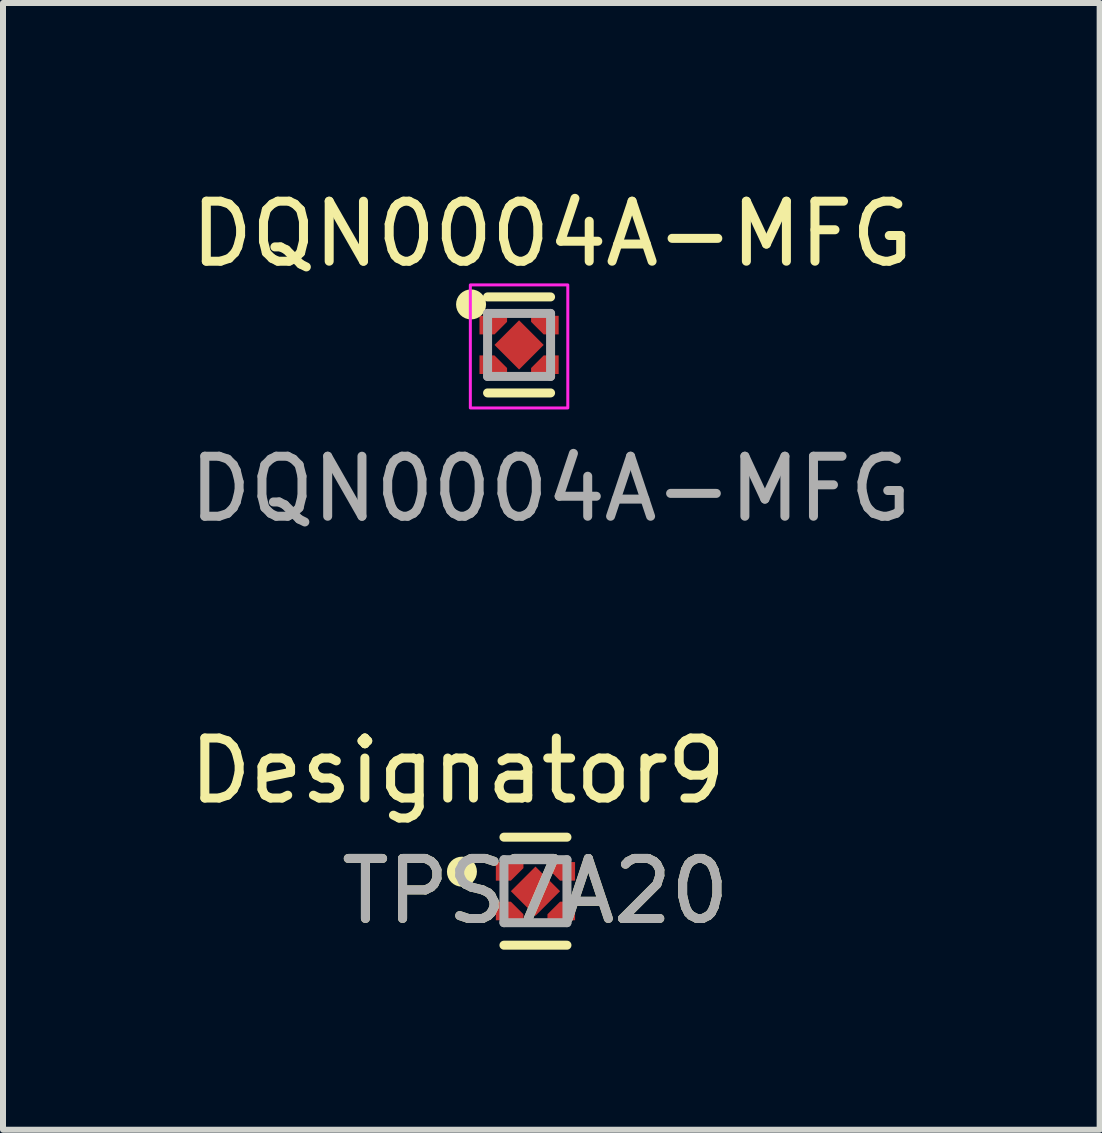
<source format=kicad_pcb>
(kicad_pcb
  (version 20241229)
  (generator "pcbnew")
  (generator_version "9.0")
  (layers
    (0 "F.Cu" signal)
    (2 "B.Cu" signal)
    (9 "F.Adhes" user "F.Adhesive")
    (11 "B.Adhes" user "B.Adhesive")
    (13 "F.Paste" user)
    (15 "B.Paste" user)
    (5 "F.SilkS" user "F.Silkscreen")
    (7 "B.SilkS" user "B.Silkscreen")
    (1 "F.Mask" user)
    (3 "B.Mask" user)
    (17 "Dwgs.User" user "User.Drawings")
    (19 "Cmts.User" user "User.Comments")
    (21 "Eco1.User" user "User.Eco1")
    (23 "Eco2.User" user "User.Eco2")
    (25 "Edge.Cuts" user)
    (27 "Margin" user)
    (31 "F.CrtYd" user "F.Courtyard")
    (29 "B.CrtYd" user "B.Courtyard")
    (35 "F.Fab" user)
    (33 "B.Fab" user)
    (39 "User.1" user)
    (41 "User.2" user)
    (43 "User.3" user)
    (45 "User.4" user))
  (footprint "TPS7A20"
    (layer "F.Cu")
    (at 5.873 11.801)
    (property "Reference" "TPS7A20" (at 0 0 0) (unlocked yes) (layer "F.SilkS") (effects (font (size 1 1) (thickness 0.15))))
    (attr smd)
    (fp_poly (pts (xy -0.66 -0.485) (xy -0.2 -0.485) (xy -0.2 -0.385) (xy -0.41 -0.175) (xy -0.66 -0.175)) (stroke (width 0) (type solid)) (fill yes) (layer "F.Cu"))
    (fp_poly (pts (xy -0.66 0.485) (xy -0.2 0.485) (xy -0.2 0.385) (xy -0.41 0.175) (xy -0.66 0.175)) (stroke (width 0) (type solid)) (fill yes) (layer "F.Cu"))
    (fp_poly (pts (xy 0.66 -0.485) (xy 0.2 -0.485) (xy 0.2 -0.385) (xy 0.41 -0.175) (xy 0.66 -0.175)) (stroke (width 0) (type solid)) (fill yes) (layer "F.Cu"))
    (fp_poly (pts (xy 0.66 0.485) (xy 0.2 0.485) (xy 0.2 0.385) (xy 0.41 0.175) (xy 0.66 0.175)) (stroke (width 0) (type solid)) (fill yes) (layer "F.Cu"))
    (fp_poly (pts (xy -0.61 -0.435) (xy -0.25 -0.435) (xy -0.25 -0.405) (xy -0.43 -0.225) (xy -0.61 -0.225)) (stroke (width 0) (type solid)) (fill yes) (layer "F.Mask"))
    (fp_poly (pts (xy -0.61 0.435) (xy -0.25 0.435) (xy -0.25 0.405) (xy -0.43 0.225) (xy -0.61 0.225)) (stroke (width 0) (type solid)) (fill yes) (layer "F.Mask"))
    (fp_poly (pts (xy 0.61 -0.435) (xy 0.25 -0.435) (xy 0.25 -0.405) (xy 0.43 -0.225) (xy 0.61 -0.225)) (stroke (width 0) (type solid)) (fill yes) (layer "F.Mask"))
    (fp_poly (pts (xy 0.61 0.435) (xy 0.25 0.435) (xy 0.25 0.405) (xy 0.43 0.225) (xy 0.61 0.225)) (stroke (width 0) (type solid)) (fill yes) (layer "F.Mask"))
    (fp_poly (pts (xy -0.304 -0.035) (xy -0.035 -0.304) (xy 0.035 -0.304) (xy 0.304 -0.035) (xy 0.304 0.035) (xy 0.035 0.304) (xy -0.035 0.304) (xy -0.304 0.035)) (stroke (width 0) (type solid)) (fill yes) (layer "F.Mask"))
    (fp_line (start -0.525 -0.9) (end 0.525 -0.9) (stroke (width 0.15) (type solid)) (layer "F.SilkS"))
    (fp_line (start -0.525 0.9) (end 0.525 0.9) (stroke (width 0.15) (type solid)) (layer "F.SilkS"))
    (fp_circle (center -1.225 -0.325) (end -1.1 -0.325) (stroke (width 0.25) (type solid)) (fill no) (layer "F.SilkS"))
    (fp_poly (pts (xy -0.65 -0.435) (xy -0.25 -0.435) (xy -0.25 -0.405) (xy -0.43 -0.225) (xy -0.65 -0.225)) (stroke (width 0) (type solid)) (fill yes) (layer "F.Paste"))
    (fp_poly (pts (xy -0.65 0.435) (xy -0.25 0.435) (xy -0.25 0.405) (xy -0.43 0.225) (xy -0.65 0.225)) (stroke (width 0) (type solid)) (fill yes) (layer "F.Paste"))
    (fp_poly (pts (xy 0.65 -0.435) (xy 0.25 -0.435) (xy 0.25 -0.405) (xy 0.43 -0.225) (xy 0.65 -0.225)) (stroke (width 0) (type solid)) (fill yes) (layer "F.Paste"))
    (fp_poly (pts (xy 0.65 0.435) (xy 0.25 0.435) (xy 0.25 0.405) (xy 0.43 0.225) (xy 0.65 0.225)) (stroke (width 0) (type solid)) (fill yes) (layer "F.Paste"))
    (fp_poly (pts (xy 0.283 0.035) (xy 0.035 0.283) (xy -0.035 0.283) (xy -0.283 0.035) (xy -0.283 -0.035) (xy -0.035 -0.283) (xy 0.035 -0.283) (xy 0.283 -0.035)) (stroke (width 0) (type solid)) (fill yes) (layer "F.Paste"))
    (fp_line (start -0.525 -0.525) (end 0.525 -0.525) (stroke (width 0.15) (type solid)) (layer "F.Fab"))
    (fp_line (start -0.525 0.525) (end -0.525 -0.525) (stroke (width 0.15) (type solid)) (layer "F.Fab"))
    (fp_line (start -0.525 0.525) (end 0.525 0.525) (stroke (width 0.15) (type solid)) (layer "F.Fab"))
    (fp_line (start 0.525 0.525) (end 0.525 -0.525) (stroke (width 0.15) (type solid)) (layer "F.Fab"))
    (fp_text user "Designator9" (at -1.295 -2.007 0) (unlocked yes) (layer "F.SilkS") (effects (font (size 1 1) (thickness 0.15))))
    (fp_text user "${REFERENCE}" (at 0 0 0) (unlocked yes) (layer "F.Fab") (effects (font (size 1 1) (thickness 0.15))))
    (pad "1" smd circle (at -0.505 -0.33) (size 0.279 0.279) (layers "F.Cu"))
    (pad "2" smd circle (at -0.505 0.33) (size 0.279 0.279) (layers "F.Cu"))
    (pad "3" smd circle (at 0.459 0.346) (size 0.251 0.251) (layers "F.Cu"))
    (pad "4" smd circle (at 0.459 -0.346) (size 0.251 0.251) (layers "F.Cu"))
    (pad "5" smd rect (at 0 0 315) (size 0.58 0.58) (layers "F.Cu")))
  (footprint "DQN0004A-MFG"
    (layer "F.Cu")
    (at 5.6 2.698)
    (property "Reference" "DQN0004A-MFG" (at 0.55 -1.85 0) (unlocked yes) (layer "F.SilkS") (effects (font (size 1 1) (thickness 0.15))))
    (attr smd)
    (fp_poly (pts (xy -0.61 -0.435) (xy -0.25 -0.435) (xy -0.25 -0.405) (xy -0.43 -0.225) (xy -0.61 -0.225)) (stroke (width 0) (type solid)) (fill yes) (layer "F.Mask"))
    (fp_poly (pts (xy -0.61 0.435) (xy -0.25 0.435) (xy -0.25 0.405) (xy -0.43 0.225) (xy -0.61 0.225)) (stroke (width 0) (type solid)) (fill yes) (layer "F.Mask"))
    (fp_poly (pts (xy 0.61 -0.435) (xy 0.25 -0.435) (xy 0.25 -0.405) (xy 0.43 -0.225) (xy 0.61 -0.225)) (stroke (width 0) (type solid)) (fill yes) (layer "F.Mask"))
    (fp_poly (pts (xy 0.61 0.435) (xy 0.25 0.435) (xy 0.25 0.405) (xy 0.43 0.225) (xy 0.61 0.225)) (stroke (width 0) (type solid)) (fill yes) (layer "F.Mask"))
    (fp_poly (pts (xy -0.304 -0.035) (xy -0.035 -0.304) (xy 0.035 -0.304) (xy 0.304 -0.035) (xy 0.304 0.035) (xy 0.035 0.304) (xy -0.035 0.304) (xy -0.304 0.035)) (stroke (width 0) (type solid)) (fill yes) (layer "F.Mask"))
    (fp_line (start -0.525 -0.8) (end 0.525 -0.8) (stroke (width 0.15) (type solid)) (layer "F.SilkS"))
    (fp_line (start -0.525 0.8) (end 0.525 0.8) (stroke (width 0.15) (type solid)) (layer "F.SilkS"))
    (fp_circle (center -0.8 -0.675) (end -0.8 -0.675) (stroke (width 0.25) (type solid)) (fill no) (layer "F.SilkS"))
    (fp_poly (pts (xy -0.65 -0.435) (xy -0.25 -0.435) (xy -0.25 -0.405) (xy -0.43 -0.225) (xy -0.65 -0.225)) (stroke (width 0) (type solid)) (fill yes) (layer "F.Paste"))
    (fp_poly (pts (xy -0.65 0.435) (xy -0.25 0.435) (xy -0.25 0.405) (xy -0.43 0.225) (xy -0.65 0.225)) (stroke (width 0) (type solid)) (fill yes) (layer "F.Paste"))
    (fp_poly (pts (xy 0.65 -0.435) (xy 0.25 -0.435) (xy 0.25 -0.405) (xy 0.43 -0.225) (xy 0.65 -0.225)) (stroke (width 0) (type solid)) (fill yes) (layer "F.Paste"))
    (fp_poly (pts (xy 0.65 0.435) (xy 0.25 0.435) (xy 0.25 0.405) (xy 0.43 0.225) (xy 0.65 0.225)) (stroke (width 0) (type solid)) (fill yes) (layer "F.Paste"))
    (fp_poly (pts (xy 0.283 0.035) (xy 0.035 0.283) (xy -0.035 0.283) (xy -0.283 0.035) (xy -0.283 -0.035) (xy -0.035 -0.283) (xy 0.035 -0.283) (xy 0.283 -0.035)) (stroke (width 0) (type solid)) (fill yes) (layer "F.Paste"))
    (fp_rect (start -0.812 -1) (end 0.812 1.05) (stroke (width 0.05) (type default)) (fill no) (layer "F.CrtYd"))
    (fp_line (start -0.525 -0.525) (end 0.525 -0.525) (stroke (width 0.15) (type solid)) (layer "F.Fab"))
    (fp_line (start -0.525 0.525) (end -0.525 -0.525) (stroke (width 0.15) (type solid)) (layer "F.Fab"))
    (fp_line (start -0.525 0.525) (end 0.525 0.525) (stroke (width 0.15) (type solid)) (layer "F.Fab"))
    (fp_line (start 0.525 0.525) (end 0.525 -0.525) (stroke (width 0.15) (type solid)) (layer "F.Fab"))
    (fp_text user "${REFERENCE}" (at 0.525 2.4 0) (unlocked yes) (layer "F.Fab") (effects (font (size 1 1) (thickness 0.15))))
    (pad "1" smd custom (at -0.505 -0.33) (size 0.279 0.279) (layers "F.Cu") (options (anchor circle)) (primitives (gr_poly (pts (xy -0.155 -0.155) (xy 0.305 -0.155) (xy 0.305 -0.055) (xy 0.095 0.155) (xy -0.155 0.155)) (width 0) (fill yes))))
    (pad "2" smd custom (at -0.5 0.325) (size 0.279 0.279) (layers "F.Cu") (options (anchor circle)) (primitives (gr_poly (pts (xy -0.16 0.16) (xy 0.3 0.16) (xy 0.3 0.06) (xy 0.09 -0.15) (xy -0.16 -0.15)) (width 0) (fill yes))))
    (pad "3" smd custom (at 0.459 0.346) (size 0.251 0.251) (layers "F.Cu") (options (anchor circle)) (primitives (gr_poly (pts (xy 0.201 0.139) (xy -0.259 0.139) (xy -0.259 0.039) (xy -0.049 -0.171) (xy 0.201 -0.171)) (width 0) (fill yes))))
    (pad "4" smd custom (at 0.459 -0.346) (size 0.251 0.251) (layers "F.Cu") (options (anchor circle)) (primitives (gr_poly (pts (xy 0.201 -0.139) (xy -0.259 -0.139) (xy -0.259 -0.039) (xy -0.049 0.171) (xy 0.201 0.171)) (width 0) (fill yes))))
    (pad "5" smd rect (at 0 0 315) (size 0.58 0.58) (layers "F.Cu")))
  (gr_rect
    (start -3 -3)
    (end 15.275 15.776)
    (stroke (width 0.1) (type default))
    (fill no)
    (layer "Edge.Cuts")))
</source>
